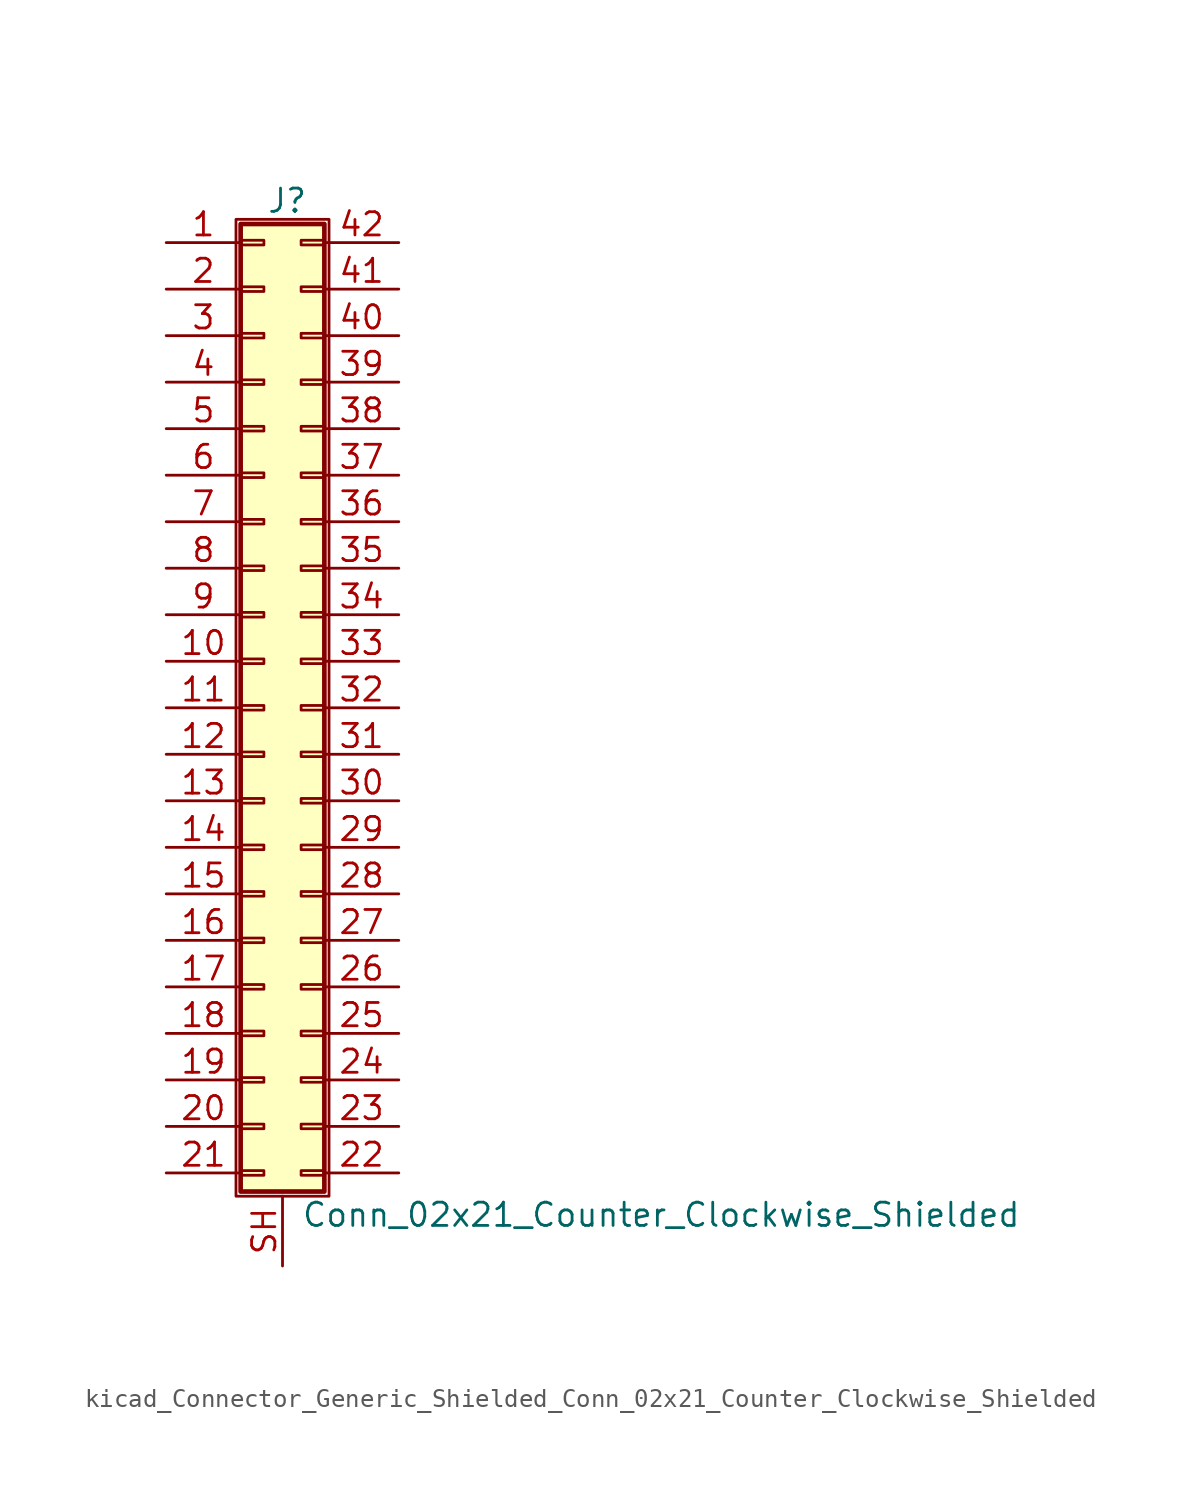
<source format=kicad_sym>
(kicad_symbol_lib
  (version 20220914)
  (generator kicad_symbol_editor)
  (symbol "kicad_Connector_Generic_Shielded_Conn_02x21_Counter_Clockwise_Shielded"
    (pin_names
      (offset 1.016) hide)
    (property "Reference" "J"
      (at 1.524 27.686 0)
      (effects (font (size 1.27 1.27))))
    (property "Value" "Conn_02x21_Counter_Clockwise_Shielded"
      (at 2.286 -27.686 0)
      (effects (font (size 1.27 1.27)) (justify left)))
    (symbol "kicad_Connector_Generic_Shielded_Conn_02x21_Counter_Clockwise_Shielded_1_1"
      (rectangle (start -1.27 26.67) (end 3.81 -26.67) (stroke (width 0.152) (type default)) (fill (type none)))
      (rectangle (start -1.016 -25.273) (end 0.254 -25.527) (stroke (width 0.152) (type default)) (fill (type none)))
      (rectangle (start -1.016 -22.733) (end 0.254 -22.987) (stroke (width 0.152) (type default)) (fill (type none)))
      (rectangle (start -1.016 -20.193) (end 0.254 -20.447) (stroke (width 0.152) (type default)) (fill (type none)))
      (rectangle (start -1.016 -17.653) (end 0.254 -17.907) (stroke (width 0.152) (type default)) (fill (type none)))
      (rectangle (start -1.016 -15.113) (end 0.254 -15.367) (stroke (width 0.152) (type default)) (fill (type none)))
      (rectangle (start -1.016 -12.573) (end 0.254 -12.827) (stroke (width 0.152) (type default)) (fill (type none)))
      (rectangle (start -1.016 -10.033) (end 0.254 -10.287) (stroke (width 0.152) (type default)) (fill (type none)))
      (rectangle (start -1.016 -7.493) (end 0.254 -7.747) (stroke (width 0.152) (type default)) (fill (type none)))
      (rectangle (start -1.016 -4.953) (end 0.254 -5.207) (stroke (width 0.152) (type default)) (fill (type none)))
      (rectangle (start -1.016 -2.413) (end 0.254 -2.667) (stroke (width 0.152) (type default)) (fill (type none)))
      (rectangle (start -1.016 0.127) (end 0.254 -0.127) (stroke (width 0.152) (type default)) (fill (type none)))
      (rectangle (start -1.016 2.667) (end 0.254 2.413) (stroke (width 0.152) (type default)) (fill (type none)))
      (rectangle (start -1.016 5.207) (end 0.254 4.953) (stroke (width 0.152) (type default)) (fill (type none)))
      (rectangle (start -1.016 7.747) (end 0.254 7.493) (stroke (width 0.152) (type default)) (fill (type none)))
      (rectangle (start -1.016 10.287) (end 0.254 10.033) (stroke (width 0.152) (type default)) (fill (type none)))
      (rectangle (start -1.016 12.827) (end 0.254 12.573) (stroke (width 0.152) (type default)) (fill (type none)))
      (rectangle (start -1.016 15.367) (end 0.254 15.113) (stroke (width 0.152) (type default)) (fill (type none)))
      (rectangle (start -1.016 17.907) (end 0.254 17.653) (stroke (width 0.152) (type default)) (fill (type none)))
      (rectangle (start -1.016 20.447) (end 0.254 20.193) (stroke (width 0.152) (type default)) (fill (type none)))
      (rectangle (start -1.016 22.987) (end 0.254 22.733) (stroke (width 0.152) (type default)) (fill (type none)))
      (rectangle (start -1.016 25.527) (end 0.254 25.273) (stroke (width 0.152) (type default)) (fill (type none)))
      (rectangle (start -1.016 26.416) (end 3.556 -26.416) (stroke (width 0.254) (type default)) (fill (type background)))
      (rectangle (start 3.556 -25.273) (end 2.286 -25.527) (stroke (width 0.152) (type default)) (fill (type none)))
      (rectangle (start 3.556 -22.733) (end 2.286 -22.987) (stroke (width 0.152) (type default)) (fill (type none)))
      (rectangle (start 3.556 -20.193) (end 2.286 -20.447) (stroke (width 0.152) (type default)) (fill (type none)))
      (rectangle (start 3.556 -17.653) (end 2.286 -17.907) (stroke (width 0.152) (type default)) (fill (type none)))
      (rectangle (start 3.556 -15.113) (end 2.286 -15.367) (stroke (width 0.152) (type default)) (fill (type none)))
      (rectangle (start 3.556 -12.573) (end 2.286 -12.827) (stroke (width 0.152) (type default)) (fill (type none)))
      (rectangle (start 3.556 -10.033) (end 2.286 -10.287) (stroke (width 0.152) (type default)) (fill (type none)))
      (rectangle (start 3.556 -7.493) (end 2.286 -7.747) (stroke (width 0.152) (type default)) (fill (type none)))
      (rectangle (start 3.556 -4.953) (end 2.286 -5.207) (stroke (width 0.152) (type default)) (fill (type none)))
      (rectangle (start 3.556 -2.413) (end 2.286 -2.667) (stroke (width 0.152) (type default)) (fill (type none)))
      (rectangle (start 3.556 0.127) (end 2.286 -0.127) (stroke (width 0.152) (type default)) (fill (type none)))
      (rectangle (start 3.556 2.667) (end 2.286 2.413) (stroke (width 0.152) (type default)) (fill (type none)))
      (rectangle (start 3.556 5.207) (end 2.286 4.953) (stroke (width 0.152) (type default)) (fill (type none)))
      (rectangle (start 3.556 7.747) (end 2.286 7.493) (stroke (width 0.152) (type default)) (fill (type none)))
      (rectangle (start 3.556 10.287) (end 2.286 10.033) (stroke (width 0.152) (type default)) (fill (type none)))
      (rectangle (start 3.556 12.827) (end 2.286 12.573) (stroke (width 0.152) (type default)) (fill (type none)))
      (rectangle (start 3.556 15.367) (end 2.286 15.113) (stroke (width 0.152) (type default)) (fill (type none)))
      (rectangle (start 3.556 17.907) (end 2.286 17.653) (stroke (width 0.152) (type default)) (fill (type none)))
      (rectangle (start 3.556 20.447) (end 2.286 20.193) (stroke (width 0.152) (type default)) (fill (type none)))
      (rectangle (start 3.556 22.987) (end 2.286 22.733) (stroke (width 0.152) (type default)) (fill (type none)))
      (rectangle (start 3.556 25.527) (end 2.286 25.273) (stroke (width 0.152) (type default)) (fill (type none)))
      (pin passive line (at -5.08 25.4 0) (length 4.064) (name "Pin_1" (effects (font (size 1.27 1.27)))) (number "1" (effects (font (size 1.27 1.27)))))
      (pin passive line (at -5.08 2.54 0) (length 4.064) (name "Pin_10" (effects (font (size 1.27 1.27)))) (number "10" (effects (font (size 1.27 1.27)))))
      (pin passive line (at -5.08 0 0) (length 4.064) (name "Pin_11" (effects (font (size 1.27 1.27)))) (number "11" (effects (font (size 1.27 1.27)))))
      (pin passive line (at -5.08 -2.54 0) (length 4.064) (name "Pin_12" (effects (font (size 1.27 1.27)))) (number "12" (effects (font (size 1.27 1.27)))))
      (pin passive line (at -5.08 -5.08 0) (length 4.064) (name "Pin_13" (effects (font (size 1.27 1.27)))) (number "13" (effects (font (size 1.27 1.27)))))
      (pin passive line (at -5.08 -7.62 0) (length 4.064) (name "Pin_14" (effects (font (size 1.27 1.27)))) (number "14" (effects (font (size 1.27 1.27)))))
      (pin passive line (at -5.08 -10.16 0) (length 4.064) (name "Pin_15" (effects (font (size 1.27 1.27)))) (number "15" (effects (font (size 1.27 1.27)))))
      (pin passive line (at -5.08 -12.7 0) (length 4.064) (name "Pin_16" (effects (font (size 1.27 1.27)))) (number "16" (effects (font (size 1.27 1.27)))))
      (pin passive line (at -5.08 -15.24 0) (length 4.064) (name "Pin_17" (effects (font (size 1.27 1.27)))) (number "17" (effects (font (size 1.27 1.27)))))
      (pin passive line (at -5.08 -17.78 0) (length 4.064) (name "Pin_18" (effects (font (size 1.27 1.27)))) (number "18" (effects (font (size 1.27 1.27)))))
      (pin passive line (at -5.08 -20.32 0) (length 4.064) (name "Pin_19" (effects (font (size 1.27 1.27)))) (number "19" (effects (font (size 1.27 1.27)))))
      (pin passive line (at -5.08 22.86 0) (length 4.064) (name "Pin_2" (effects (font (size 1.27 1.27)))) (number "2" (effects (font (size 1.27 1.27)))))
      (pin passive line (at -5.08 -22.86 0) (length 4.064) (name "Pin_20" (effects (font (size 1.27 1.27)))) (number "20" (effects (font (size 1.27 1.27)))))
      (pin passive line (at -5.08 -25.4 0) (length 4.064) (name "Pin_21" (effects (font (size 1.27 1.27)))) (number "21" (effects (font (size 1.27 1.27)))))
      (pin passive line (at 7.62 -25.4 180) (length 4.064) (name "Pin_22" (effects (font (size 1.27 1.27)))) (number "22" (effects (font (size 1.27 1.27)))))
      (pin passive line (at 7.62 -22.86 180) (length 4.064) (name "Pin_23" (effects (font (size 1.27 1.27)))) (number "23" (effects (font (size 1.27 1.27)))))
      (pin passive line (at 7.62 -20.32 180) (length 4.064) (name "Pin_24" (effects (font (size 1.27 1.27)))) (number "24" (effects (font (size 1.27 1.27)))))
      (pin passive line (at 7.62 -17.78 180) (length 4.064) (name "Pin_25" (effects (font (size 1.27 1.27)))) (number "25" (effects (font (size 1.27 1.27)))))
      (pin passive line (at 7.62 -15.24 180) (length 4.064) (name "Pin_26" (effects (font (size 1.27 1.27)))) (number "26" (effects (font (size 1.27 1.27)))))
      (pin passive line (at 7.62 -12.7 180) (length 4.064) (name "Pin_27" (effects (font (size 1.27 1.27)))) (number "27" (effects (font (size 1.27 1.27)))))
      (pin passive line (at 7.62 -10.16 180) (length 4.064) (name "Pin_28" (effects (font (size 1.27 1.27)))) (number "28" (effects (font (size 1.27 1.27)))))
      (pin passive line (at 7.62 -7.62 180) (length 4.064) (name "Pin_29" (effects (font (size 1.27 1.27)))) (number "29" (effects (font (size 1.27 1.27)))))
      (pin passive line (at -5.08 20.32 0) (length 4.064) (name "Pin_3" (effects (font (size 1.27 1.27)))) (number "3" (effects (font (size 1.27 1.27)))))
      (pin passive line (at 7.62 -5.08 180) (length 4.064) (name "Pin_30" (effects (font (size 1.27 1.27)))) (number "30" (effects (font (size 1.27 1.27)))))
      (pin passive line (at 7.62 -2.54 180) (length 4.064) (name "Pin_31" (effects (font (size 1.27 1.27)))) (number "31" (effects (font (size 1.27 1.27)))))
      (pin passive line (at 7.62 0 180) (length 4.064) (name "Pin_32" (effects (font (size 1.27 1.27)))) (number "32" (effects (font (size 1.27 1.27)))))
      (pin passive line (at 7.62 2.54 180) (length 4.064) (name "Pin_33" (effects (font (size 1.27 1.27)))) (number "33" (effects (font (size 1.27 1.27)))))
      (pin passive line (at 7.62 5.08 180) (length 4.064) (name "Pin_34" (effects (font (size 1.27 1.27)))) (number "34" (effects (font (size 1.27 1.27)))))
      (pin passive line (at 7.62 7.62 180) (length 4.064) (name "Pin_35" (effects (font (size 1.27 1.27)))) (number "35" (effects (font (size 1.27 1.27)))))
      (pin passive line (at 7.62 10.16 180) (length 4.064) (name "Pin_36" (effects (font (size 1.27 1.27)))) (number "36" (effects (font (size 1.27 1.27)))))
      (pin passive line (at 7.62 12.7 180) (length 4.064) (name "Pin_37" (effects (font (size 1.27 1.27)))) (number "37" (effects (font (size 1.27 1.27)))))
      (pin passive line (at 7.62 15.24 180) (length 4.064) (name "Pin_38" (effects (font (size 1.27 1.27)))) (number "38" (effects (font (size 1.27 1.27)))))
      (pin passive line (at 7.62 17.78 180) (length 4.064) (name "Pin_39" (effects (font (size 1.27 1.27)))) (number "39" (effects (font (size 1.27 1.27)))))
      (pin passive line (at -5.08 17.78 0) (length 4.064) (name "Pin_4" (effects (font (size 1.27 1.27)))) (number "4" (effects (font (size 1.27 1.27)))))
      (pin passive line (at 7.62 20.32 180) (length 4.064) (name "Pin_40" (effects (font (size 1.27 1.27)))) (number "40" (effects (font (size 1.27 1.27)))))
      (pin passive line (at 7.62 22.86 180) (length 4.064) (name "Pin_41" (effects (font (size 1.27 1.27)))) (number "41" (effects (font (size 1.27 1.27)))))
      (pin passive line (at 7.62 25.4 180) (length 4.064) (name "Pin_42" (effects (font (size 1.27 1.27)))) (number "42" (effects (font (size 1.27 1.27)))))
      (pin passive line (at -5.08 15.24 0) (length 4.064) (name "Pin_5" (effects (font (size 1.27 1.27)))) (number "5" (effects (font (size 1.27 1.27)))))
      (pin passive line (at -5.08 12.7 0) (length 4.064) (name "Pin_6" (effects (font (size 1.27 1.27)))) (number "6" (effects (font (size 1.27 1.27)))))
      (pin passive line (at -5.08 10.16 0) (length 4.064) (name "Pin_7" (effects (font (size 1.27 1.27)))) (number "7" (effects (font (size 1.27 1.27)))))
      (pin passive line (at -5.08 7.62 0) (length 4.064) (name "Pin_8" (effects (font (size 1.27 1.27)))) (number "8" (effects (font (size 1.27 1.27)))))
      (pin passive line (at -5.08 5.08 0) (length 4.064) (name "Pin_9" (effects (font (size 1.27 1.27)))) (number "9" (effects (font (size 1.27 1.27)))))
      (pin passive line (at 1.27 -30.48 90) (length 3.81) (name "Shield" (effects (font (size 1.27 1.27)))) (number "SH" (effects (font (size 1.27 1.27))))))))
</source>
